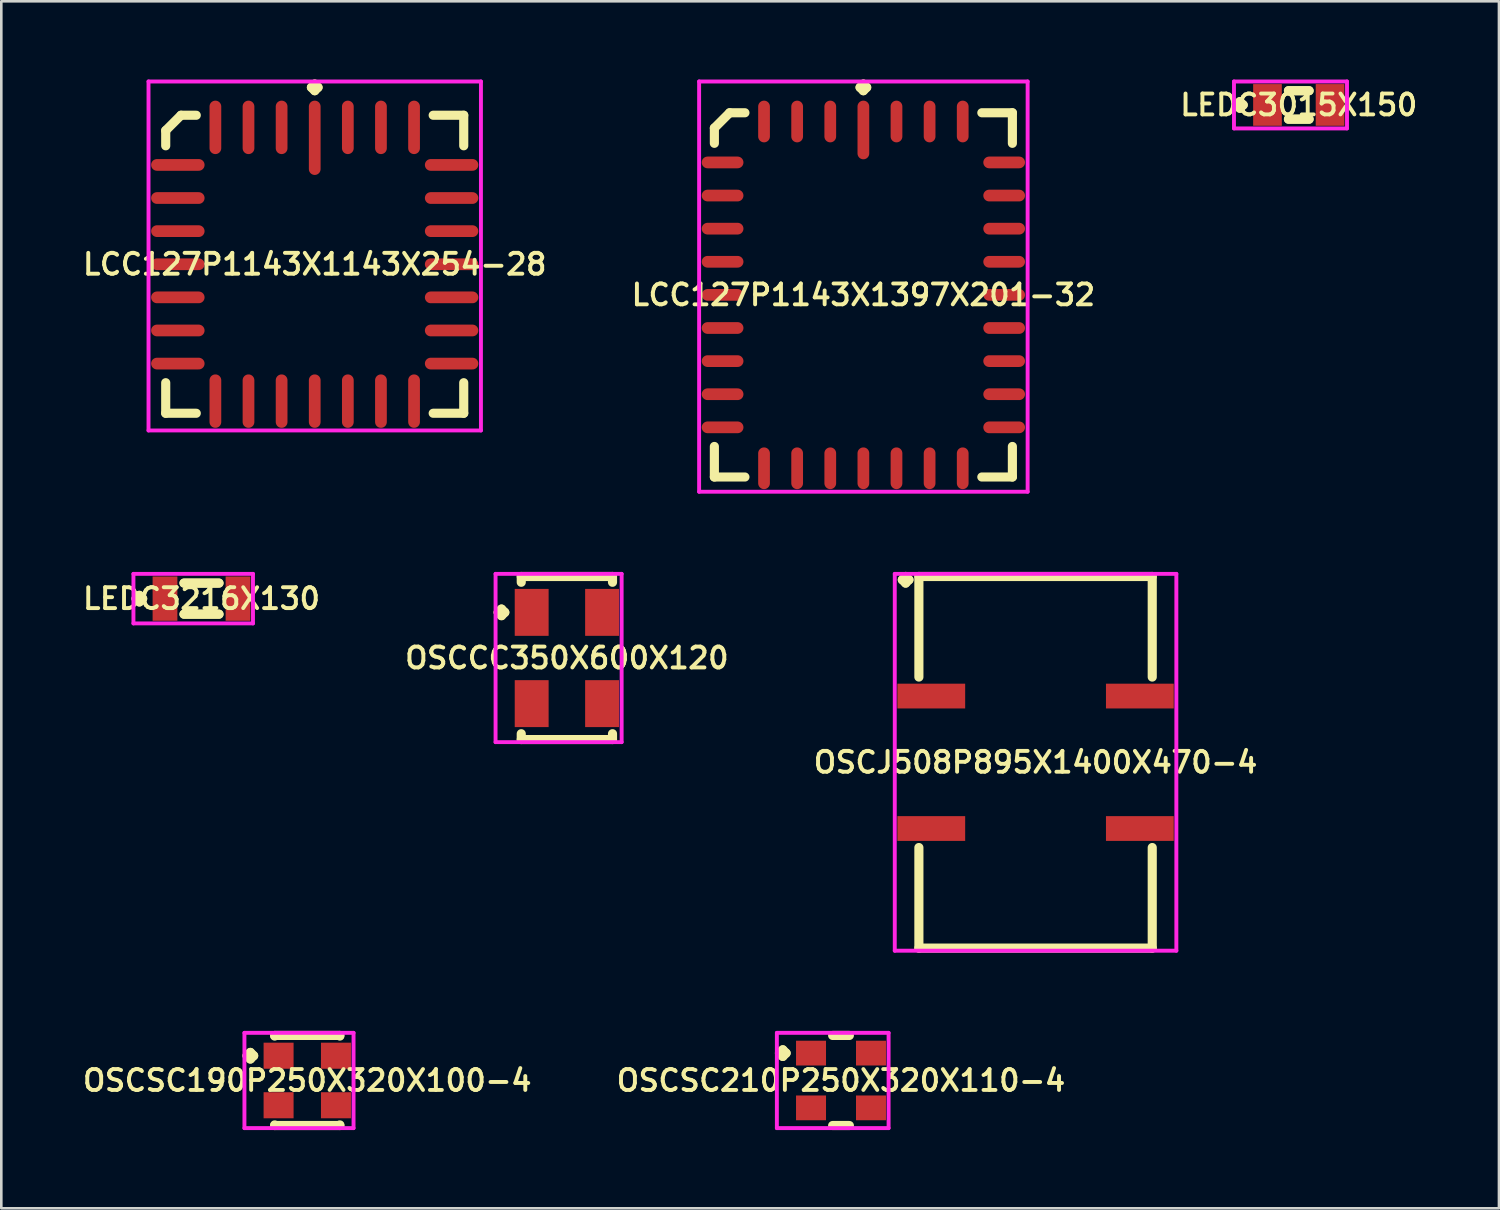
<source format=kicad_pcb>
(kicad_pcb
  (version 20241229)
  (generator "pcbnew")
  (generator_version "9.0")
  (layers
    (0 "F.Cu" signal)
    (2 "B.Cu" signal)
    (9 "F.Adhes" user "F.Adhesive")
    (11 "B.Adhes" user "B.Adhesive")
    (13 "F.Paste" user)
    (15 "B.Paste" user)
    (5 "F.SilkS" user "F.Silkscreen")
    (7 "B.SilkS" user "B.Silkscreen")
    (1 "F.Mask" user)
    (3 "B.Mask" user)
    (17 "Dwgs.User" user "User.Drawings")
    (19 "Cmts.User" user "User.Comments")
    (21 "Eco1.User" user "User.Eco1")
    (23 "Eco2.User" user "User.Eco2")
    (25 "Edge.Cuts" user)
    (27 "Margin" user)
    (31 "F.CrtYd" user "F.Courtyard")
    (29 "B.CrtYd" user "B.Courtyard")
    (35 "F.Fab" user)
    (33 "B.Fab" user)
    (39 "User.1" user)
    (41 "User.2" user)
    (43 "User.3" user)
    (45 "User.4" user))
  (footprint "OSCCC350X600X120"
    (layer "F.Cu")
    (at 18.692 22.187)
    (property "Reference" "OSCCC350X600X120" (at 0 0 0) (layer "F.SilkS") (effects (font (size 0.8 0.8) (thickness 0.15))))
    (attr smd)
    (fp_line (start -2.635 -1.75) (end -2.508 -1.877) (stroke (width 0.35) (type solid)) (layer "F.SilkS"))
    (fp_line (start -2.508 -1.877) (end -2.381 -1.75) (stroke (width 0.35) (type solid)) (layer "F.SilkS"))
    (fp_line (start -2.508 -1.623) (end -2.635 -1.75) (stroke (width 0.35) (type solid)) (layer "F.SilkS"))
    (fp_line (start -2.381 -1.75) (end -2.508 -1.623) (stroke (width 0.35) (type solid)) (layer "F.SilkS"))
    (fp_line (start -1.75 -3.127) (end 1.75 -3.127) (stroke (width 0.35) (type solid)) (layer "F.SilkS"))
    (fp_line (start -1.75 -2.904) (end -1.75 -3.127) (stroke (width 0.35) (type solid)) (layer "F.SilkS"))
    (fp_line (start -1.75 2.904) (end -1.75 3.127) (stroke (width 0.35) (type solid)) (layer "F.SilkS"))
    (fp_line (start -1.75 3.127) (end 1.75 3.127) (stroke (width 0.35) (type solid)) (layer "F.SilkS"))
    (fp_line (start 1.75 -3.127) (end 1.75 -2.904) (stroke (width 0.35) (type solid)) (layer "F.SilkS"))
    (fp_line (start 1.75 3.127) (end 1.75 2.904) (stroke (width 0.35) (type solid)) (layer "F.SilkS"))
    (fp_line (start -2.735 -3.227) (end 2.1 -3.227) (stroke (width 0.15) (type solid)) (layer "F.CrtYd"))
    (fp_line (start -2.735 3.227) (end -2.735 -3.227) (stroke (width 0.15) (type solid)) (layer "F.CrtYd"))
    (fp_line (start 2.1 -3.227) (end 2.1 3.227) (stroke (width 0.15) (type solid)) (layer "F.CrtYd"))
    (fp_line (start 2.1 3.227) (end -2.735 3.227) (stroke (width 0.15) (type solid)) (layer "F.CrtYd"))
    (pad "1" smd rect (at -1.35 -1.75) (size 1.3 1.8) (layers "F.Cu" "F.Mask" "F.Paste"))
    (pad "2" smd rect (at -1.35 1.75) (size 1.3 1.8) (layers "F.Cu" "F.Mask" "F.Paste"))
    (pad "3" smd rect (at 1.35 1.75) (size 1.3 1.8) (layers "F.Cu" "F.Mask" "F.Paste"))
    (pad "4" smd rect (at 1.35 -1.75) (size 1.3 1.8) (layers "F.Cu" "F.Mask" "F.Paste")))
  (footprint "LCC127P1143X1397X201-32"
    (layer "F.Cu")
    (at 30.064 8.26)
    (property "Reference" "LCC127P1143X1397X201-32" (at 0 0 0) (layer "F.SilkS") (effects (font (size 0.8 0.8) (thickness 0.15))))
    (attr through_hole)
    (fp_line (start -5.715 -6.399) (end -5.129 -6.985) (stroke (width 0.35) (type solid)) (layer "F.SilkS"))
    (fp_line (start -5.715 -5.813) (end -5.715 -6.399) (stroke (width 0.35) (type solid)) (layer "F.SilkS"))
    (fp_line (start -5.715 5.813) (end -5.715 6.985) (stroke (width 0.35) (type solid)) (layer "F.SilkS"))
    (fp_line (start -5.715 6.985) (end -4.543 6.985) (stroke (width 0.35) (type solid)) (layer "F.SilkS"))
    (fp_line (start -5.129 -6.985) (end -4.543 -6.985) (stroke (width 0.35) (type solid)) (layer "F.SilkS"))
    (fp_line (start -0.127 -7.958) (end 0 -8.085) (stroke (width 0.35) (type solid)) (layer "F.SilkS"))
    (fp_line (start 0 -8.085) (end 0.127 -7.958) (stroke (width 0.35) (type solid)) (layer "F.SilkS"))
    (fp_line (start 0 -7.831) (end -0.127 -7.958) (stroke (width 0.35) (type solid)) (layer "F.SilkS"))
    (fp_line (start 0.127 -7.958) (end 0 -7.831) (stroke (width 0.35) (type solid)) (layer "F.SilkS"))
    (fp_line (start 5.715 -6.985) (end 4.543 -6.985) (stroke (width 0.35) (type solid)) (layer "F.SilkS"))
    (fp_line (start 5.715 -5.813) (end 5.715 -6.985) (stroke (width 0.35) (type solid)) (layer "F.SilkS"))
    (fp_line (start 5.715 5.813) (end 5.715 6.985) (stroke (width 0.35) (type solid)) (layer "F.SilkS"))
    (fp_line (start 5.715 6.985) (end 4.543 6.985) (stroke (width 0.35) (type solid)) (layer "F.SilkS"))
    (fp_line (start -6.3 -8.185) (end 6.3 -8.185) (stroke (width 0.15) (type solid)) (layer "F.CrtYd"))
    (fp_line (start -6.3 7.55) (end -6.3 -8.185) (stroke (width 0.15) (type solid)) (layer "F.CrtYd"))
    (fp_line (start 6.3 -8.185) (end 6.3 7.55) (stroke (width 0.15) (type solid)) (layer "F.CrtYd"))
    (fp_line (start 6.3 7.55) (end -6.3 7.55) (stroke (width 0.15) (type solid)) (layer "F.CrtYd"))
    (pad "1" smd oval (at 0 -6.325) (size 0.45 2.25) (layers "F.Cu" "F.Mask" "F.Paste"))
    (pad "2" smd oval (at -1.27 -6.65) (size 0.45 1.6) (layers "F.Cu" "F.Mask" "F.Paste"))
    (pad "3" smd oval (at -2.54 -6.65) (size 0.45 1.6) (layers "F.Cu" "F.Mask" "F.Paste"))
    (pad "4" smd oval (at -3.81 -6.65) (size 0.45 1.6) (layers "F.Cu" "F.Mask" "F.Paste"))
    (pad "5" smd oval (at -5.4 -5.08) (size 1.6 0.45) (layers "F.Cu" "F.Mask" "F.Paste"))
    (pad "6" smd oval (at -5.4 -3.81) (size 1.6 0.45) (layers "F.Cu" "F.Mask" "F.Paste"))
    (pad "7" smd oval (at -5.4 -2.54) (size 1.6 0.45) (layers "F.Cu" "F.Mask" "F.Paste"))
    (pad "8" smd oval (at -5.4 -1.27) (size 1.6 0.45) (layers "F.Cu" "F.Mask" "F.Paste"))
    (pad "9" smd oval (at -5.4 0) (size 1.6 0.45) (layers "F.Cu" "F.Mask" "F.Paste"))
    (pad "10" smd oval (at -5.4 1.27) (size 1.6 0.45) (layers "F.Cu" "F.Mask" "F.Paste"))
    (pad "11" smd oval (at -5.4 2.54) (size 1.6 0.45) (layers "F.Cu" "F.Mask" "F.Paste"))
    (pad "12" smd oval (at -5.4 3.81) (size 1.6 0.45) (layers "F.Cu" "F.Mask" "F.Paste"))
    (pad "13" smd oval (at -5.4 5.08) (size 1.6 0.45) (layers "F.Cu" "F.Mask" "F.Paste"))
    (pad "14" smd oval (at -3.81 6.65) (size 0.45 1.6) (layers "F.Cu" "F.Mask" "F.Paste"))
    (pad "15" smd oval (at -2.54 6.65) (size 0.45 1.6) (layers "F.Cu" "F.Mask" "F.Paste"))
    (pad "16" smd oval (at -1.27 6.65) (size 0.45 1.6) (layers "F.Cu" "F.Mask" "F.Paste"))
    (pad "17" smd oval (at 0 6.65) (size 0.45 1.6) (layers "F.Cu" "F.Mask" "F.Paste"))
    (pad "18" smd oval (at 1.27 6.65) (size 0.45 1.6) (layers "F.Cu" "F.Mask" "F.Paste"))
    (pad "19" smd oval (at 2.54 6.65) (size 0.45 1.6) (layers "F.Cu" "F.Mask" "F.Paste"))
    (pad "20" smd oval (at 3.81 6.65) (size 0.45 1.6) (layers "F.Cu" "F.Mask" "F.Paste"))
    (pad "21" smd oval (at 5.4 5.08) (size 1.6 0.45) (layers "F.Cu" "F.Mask" "F.Paste"))
    (pad "22" smd oval (at 5.4 3.81) (size 1.6 0.45) (layers "F.Cu" "F.Mask" "F.Paste"))
    (pad "23" smd oval (at 5.4 2.54) (size 1.6 0.45) (layers "F.Cu" "F.Mask" "F.Paste"))
    (pad "24" smd oval (at 5.4 1.27) (size 1.6 0.45) (layers "F.Cu" "F.Mask" "F.Paste"))
    (pad "25" smd oval (at 5.4 0) (size 1.6 0.45) (layers "F.Cu" "F.Mask" "F.Paste"))
    (pad "26" smd oval (at 5.4 -1.27) (size 1.6 0.45) (layers "F.Cu" "F.Mask" "F.Paste"))
    (pad "27" smd oval (at 5.4 -2.54) (size 1.6 0.45) (layers "F.Cu" "F.Mask" "F.Paste"))
    (pad "28" smd oval (at 5.4 -3.81) (size 1.6 0.45) (layers "F.Cu" "F.Mask" "F.Paste"))
    (pad "29" smd oval (at 5.4 -5.08) (size 1.6 0.45) (layers "F.Cu" "F.Mask" "F.Paste"))
    (pad "30" smd oval (at 3.81 -6.65) (size 0.45 1.6) (layers "F.Cu" "F.Mask" "F.Paste"))
    (pad "31" smd oval (at 2.54 -6.65) (size 0.45 1.6) (layers "F.Cu" "F.Mask" "F.Paste"))
    (pad "32" smd oval (at 1.27 -6.65) (size 0.45 1.6) (layers "F.Cu" "F.Mask" "F.Paste")))
  (footprint "LEDC3216X130"
    (layer "F.Cu")
    (at 4.678 19.91)
    (property "Reference" "LEDC3216X130" (at 0 0 0) (layer "F.SilkS") (effects (font (size 0.8 0.8) (thickness 0.15))))
    (attr smd)
    (fp_line (start -2.51 0) (end -2.383 -0.127) (stroke (width 0.35) (type solid)) (layer "F.SilkS"))
    (fp_line (start -2.383 -0.127) (end -2.256 0) (stroke (width 0.35) (type solid)) (layer "F.SilkS"))
    (fp_line (start -2.383 0.127) (end -2.51 0) (stroke (width 0.35) (type solid)) (layer "F.SilkS"))
    (fp_line (start -2.256 0) (end -2.383 0.127) (stroke (width 0.35) (type solid)) (layer "F.SilkS"))
    (fp_line (start -0.671 -0.596) (end 0.671 -0.596) (stroke (width 0.35) (type solid)) (layer "F.SilkS"))
    (fp_line (start -0.671 0.596) (end 0.671 0.596) (stroke (width 0.35) (type solid)) (layer "F.SilkS"))
    (fp_line (start 0.671 -0.596) (end -0.671 -0.596) (stroke (width 0.35) (type solid)) (layer "F.SilkS"))
    (fp_line (start 0.671 0.596) (end -0.671 0.596) (stroke (width 0.35) (type solid)) (layer "F.SilkS"))
    (fp_line (start -2.61 -0.95) (end 1.975 -0.95) (stroke (width 0.15) (type solid)) (layer "F.CrtYd"))
    (fp_line (start -2.61 0.95) (end -2.61 -0.95) (stroke (width 0.15) (type solid)) (layer "F.CrtYd"))
    (fp_line (start 1.975 -0.95) (end 1.975 0.95) (stroke (width 0.15) (type solid)) (layer "F.CrtYd"))
    (fp_line (start 1.975 0.95) (end -2.61 0.95) (stroke (width 0.15) (type solid)) (layer "F.CrtYd"))
    (pad "1" smd rect (at -1.4 0) (size 0.95 1.7) (layers "F.Cu" "F.Mask" "F.Paste"))
    (pad "2" smd rect (at 1.4 0) (size 0.95 1.7) (layers "F.Cu" "F.Mask" "F.Paste")))
  (footprint "OSCSC210P250X320X110-4"
    (layer "F.Cu")
    (at 29.206 38.391)
    (property "Reference" "OSCSC210P250X320X110-4" (at 0 0 0) (layer "F.SilkS") (effects (font (size 0.8 0.8) (thickness 0.15))))
    (attr smd)
    (fp_line (start -2.36 -1.05) (end -2.233 -1.177) (stroke (width 0.35) (type solid)) (layer "F.SilkS"))
    (fp_line (start -2.233 -1.177) (end -2.106 -1.05) (stroke (width 0.35) (type solid)) (layer "F.SilkS"))
    (fp_line (start -2.233 -0.923) (end -2.36 -1.05) (stroke (width 0.35) (type solid)) (layer "F.SilkS"))
    (fp_line (start -2.106 -1.05) (end -2.233 -0.923) (stroke (width 0.35) (type solid)) (layer "F.SilkS"))
    (fp_line (start -0.321 -1.727) (end 0.321 -1.727) (stroke (width 0.35) (type solid)) (layer "F.SilkS"))
    (fp_line (start -0.321 1.727) (end 0.321 1.727) (stroke (width 0.35) (type solid)) (layer "F.SilkS"))
    (fp_line (start -2.46 -1.827) (end 1.825 -1.827) (stroke (width 0.15) (type solid)) (layer "F.CrtYd"))
    (fp_line (start -2.46 1.827) (end -2.46 -1.827) (stroke (width 0.15) (type solid)) (layer "F.CrtYd"))
    (fp_line (start 1.825 -1.827) (end 1.825 1.827) (stroke (width 0.15) (type solid)) (layer "F.CrtYd"))
    (fp_line (start 1.825 1.827) (end -2.46 1.827) (stroke (width 0.15) (type solid)) (layer "F.CrtYd"))
    (pad "1" smd rect (at -1.15 -1.05) (size 1.15 0.95) (layers "F.Cu" "F.Mask" "F.Paste"))
    (pad "2" smd rect (at -1.15 1.05) (size 1.15 0.95) (layers "F.Cu" "F.Mask" "F.Paste"))
    (pad "3" smd rect (at 1.15 1.05) (size 1.15 0.95) (layers "F.Cu" "F.Mask" "F.Paste"))
    (pad "4" smd rect (at 1.15 -1.05) (size 1.15 0.95) (layers "F.Cu" "F.Mask" "F.Paste")))
  (footprint "OSCJ508P895X1400X470-4"
    (layer "F.Cu")
    (at 36.668 26.187)
    (property "Reference" "OSCJ508P895X1400X470-4" (at 0 0 0) (layer "F.SilkS") (effects (font (size 0.8 0.8) (thickness 0.15))))
    (attr through_hole)
    (fp_line (start -5.11 -7) (end -4.983 -7.127) (stroke (width 0.35) (type solid)) (layer "F.SilkS"))
    (fp_line (start -4.983 -7.127) (end -4.856 -7) (stroke (width 0.35) (type solid)) (layer "F.SilkS"))
    (fp_line (start -4.983 -6.873) (end -5.11 -7) (stroke (width 0.35) (type solid)) (layer "F.SilkS"))
    (fp_line (start -4.856 -7) (end -4.983 -6.873) (stroke (width 0.35) (type solid)) (layer "F.SilkS"))
    (fp_line (start -4.475 -7.127) (end 4.475 -7.127) (stroke (width 0.35) (type solid)) (layer "F.SilkS"))
    (fp_line (start -4.475 -3.269) (end -4.475 -7.127) (stroke (width 0.35) (type solid)) (layer "F.SilkS"))
    (fp_line (start -4.475 3.269) (end -4.475 7.127) (stroke (width 0.35) (type solid)) (layer "F.SilkS"))
    (fp_line (start -4.475 7.127) (end 4.475 7.127) (stroke (width 0.35) (type solid)) (layer "F.SilkS"))
    (fp_line (start 4.475 -7.127) (end 4.475 -3.269) (stroke (width 0.35) (type solid)) (layer "F.SilkS"))
    (fp_line (start 4.475 7.127) (end 4.475 3.269) (stroke (width 0.35) (type solid)) (layer "F.SilkS"))
    (fp_line (start -5.4 -7.227) (end 5.4 -7.227) (stroke (width 0.15) (type solid)) (layer "F.CrtYd"))
    (fp_line (start -5.4 7.227) (end -5.4 -7.227) (stroke (width 0.15) (type solid)) (layer "F.CrtYd"))
    (fp_line (start 5.4 -7.227) (end 5.4 7.227) (stroke (width 0.15) (type solid)) (layer "F.CrtYd"))
    (fp_line (start 5.4 7.227) (end -5.4 7.227) (stroke (width 0.15) (type solid)) (layer "F.CrtYd"))
    (pad "1" smd rect (at -4 -2.54) (size 2.6 0.95) (layers "F.Cu" "F.Mask" "F.Paste"))
    (pad "2" smd rect (at -4 2.54) (size 2.6 0.95) (layers "F.Cu" "F.Mask" "F.Paste"))
    (pad "3" smd rect (at 4 2.54) (size 2.6 0.95) (layers "F.Cu" "F.Mask" "F.Paste"))
    (pad "4" smd rect (at 4 -2.54) (size 2.6 0.95) (layers "F.Cu" "F.Mask" "F.Paste")))
  (footprint "LCC127P1143X1143X254-28"
    (layer "F.Cu")
    (at 9.021 7.085)
    (property "Reference" "LCC127P1143X1143X254-28" (at 0 0 0) (layer "F.SilkS") (effects (font (size 0.8 0.8) (thickness 0.15))))
    (attr smd)
    (fp_line (start -5.715 -5.129) (end -5.129 -5.715) (stroke (width 0.35) (type solid)) (layer "F.SilkS"))
    (fp_line (start -5.715 -4.543) (end -5.715 -5.129) (stroke (width 0.35) (type solid)) (layer "F.SilkS"))
    (fp_line (start -5.715 4.543) (end -5.715 5.715) (stroke (width 0.35) (type solid)) (layer "F.SilkS"))
    (fp_line (start -5.715 5.715) (end -4.543 5.715) (stroke (width 0.35) (type solid)) (layer "F.SilkS"))
    (fp_line (start -5.129 -5.715) (end -4.543 -5.715) (stroke (width 0.35) (type solid)) (layer "F.SilkS"))
    (fp_line (start -0.127 -6.783) (end 0 -6.91) (stroke (width 0.35) (type solid)) (layer "F.SilkS"))
    (fp_line (start 0 -6.91) (end 0.127 -6.783) (stroke (width 0.35) (type solid)) (layer "F.SilkS"))
    (fp_line (start 0 -6.656) (end -0.127 -6.783) (stroke (width 0.35) (type solid)) (layer "F.SilkS"))
    (fp_line (start 0.127 -6.783) (end 0 -6.656) (stroke (width 0.35) (type solid)) (layer "F.SilkS"))
    (fp_line (start 5.715 -5.715) (end 4.543 -5.715) (stroke (width 0.35) (type solid)) (layer "F.SilkS"))
    (fp_line (start 5.715 -4.543) (end 5.715 -5.715) (stroke (width 0.35) (type solid)) (layer "F.SilkS"))
    (fp_line (start 5.715 4.543) (end 5.715 5.715) (stroke (width 0.35) (type solid)) (layer "F.SilkS"))
    (fp_line (start 5.715 5.715) (end 4.543 5.715) (stroke (width 0.35) (type solid)) (layer "F.SilkS"))
    (fp_line (start -6.375 -7.01) (end 6.375 -7.01) (stroke (width 0.15) (type solid)) (layer "F.CrtYd"))
    (fp_line (start -6.375 6.375) (end -6.375 -7.01) (stroke (width 0.15) (type solid)) (layer "F.CrtYd"))
    (fp_line (start 6.375 -7.01) (end 6.375 6.375) (stroke (width 0.15) (type solid)) (layer "F.CrtYd"))
    (fp_line (start 6.375 6.375) (end -6.375 6.375) (stroke (width 0.15) (type solid)) (layer "F.CrtYd"))
    (pad "1" smd oval (at 0 -4.85) (size 0.45 2.85) (layers "F.Cu" "F.Mask" "F.Paste"))
    (pad "2" smd oval (at -1.27 -5.25) (size 0.45 2.05) (layers "F.Cu" "F.Mask" "F.Paste"))
    (pad "3" smd oval (at -2.54 -5.25) (size 0.45 2.05) (layers "F.Cu" "F.Mask" "F.Paste"))
    (pad "4" smd oval (at -3.81 -5.25) (size 0.45 2.05) (layers "F.Cu" "F.Mask" "F.Paste"))
    (pad "5" smd oval (at -5.25 -3.81) (size 2.05 0.45) (layers "F.Cu" "F.Mask" "F.Paste"))
    (pad "6" smd oval (at -5.25 -2.54) (size 2.05 0.45) (layers "F.Cu" "F.Mask" "F.Paste"))
    (pad "7" smd oval (at -5.25 -1.27) (size 2.05 0.45) (layers "F.Cu" "F.Mask" "F.Paste"))
    (pad "8" smd oval (at -5.25 0) (size 2.05 0.45) (layers "F.Cu" "F.Mask" "F.Paste"))
    (pad "9" smd oval (at -5.25 1.27) (size 2.05 0.45) (layers "F.Cu" "F.Mask" "F.Paste"))
    (pad "10" smd oval (at -5.25 2.54) (size 2.05 0.45) (layers "F.Cu" "F.Mask" "F.Paste"))
    (pad "11" smd oval (at -5.25 3.81) (size 2.05 0.45) (layers "F.Cu" "F.Mask" "F.Paste"))
    (pad "12" smd oval (at -3.81 5.25) (size 0.45 2.05) (layers "F.Cu" "F.Mask" "F.Paste"))
    (pad "13" smd oval (at -2.54 5.25) (size 0.45 2.05) (layers "F.Cu" "F.Mask" "F.Paste"))
    (pad "14" smd oval (at -1.27 5.25) (size 0.45 2.05) (layers "F.Cu" "F.Mask" "F.Paste"))
    (pad "15" smd oval (at 0 5.25) (size 0.45 2.05) (layers "F.Cu" "F.Mask" "F.Paste"))
    (pad "16" smd oval (at 1.27 5.25) (size 0.45 2.05) (layers "F.Cu" "F.Mask" "F.Paste"))
    (pad "17" smd oval (at 2.54 5.25) (size 0.45 2.05) (layers "F.Cu" "F.Mask" "F.Paste"))
    (pad "18" smd oval (at 3.81 5.25) (size 0.45 2.05) (layers "F.Cu" "F.Mask" "F.Paste"))
    (pad "19" smd oval (at 5.25 3.81) (size 2.05 0.45) (layers "F.Cu" "F.Mask" "F.Paste"))
    (pad "20" smd oval (at 5.25 2.54) (size 2.05 0.45) (layers "F.Cu" "F.Mask" "F.Paste"))
    (pad "21" smd oval (at 5.25 1.27) (size 2.05 0.45) (layers "F.Cu" "F.Mask" "F.Paste"))
    (pad "22" smd oval (at 5.25 0) (size 2.05 0.45) (layers "F.Cu" "F.Mask" "F.Paste"))
    (pad "23" smd oval (at 5.25 -1.27) (size 2.05 0.45) (layers "F.Cu" "F.Mask" "F.Paste"))
    (pad "24" smd oval (at 5.25 -2.54) (size 2.05 0.45) (layers "F.Cu" "F.Mask" "F.Paste"))
    (pad "25" smd oval (at 5.25 -3.81) (size 2.05 0.45) (layers "F.Cu" "F.Mask" "F.Paste"))
    (pad "26" smd oval (at 3.81 -5.25) (size 0.45 2.05) (layers "F.Cu" "F.Mask" "F.Paste"))
    (pad "27" smd oval (at 2.54 -5.25) (size 0.45 2.05) (layers "F.Cu" "F.Mask" "F.Paste"))
    (pad "28" smd oval (at 1.27 -5.25) (size 0.45 2.05) (layers "F.Cu" "F.Mask" "F.Paste")))
  (footprint "LEDC3015X150"
    (layer "F.Cu")
    (at 46.763 0.975)
    (property "Reference" "LEDC3015X150" (at 0 0 0) (layer "F.SilkS") (effects (font (size 0.8 0.8) (thickness 0.15))))
    (attr smd)
    (fp_line (start -2.385 0) (end -2.258 -0.127) (stroke (width 0.35) (type solid)) (layer "F.SilkS"))
    (fp_line (start -2.258 -0.127) (end -2.131 0) (stroke (width 0.35) (type solid)) (layer "F.SilkS"))
    (fp_line (start -2.258 0.127) (end -2.385 0) (stroke (width 0.35) (type solid)) (layer "F.SilkS"))
    (fp_line (start -2.131 0) (end -2.258 0.127) (stroke (width 0.35) (type solid)) (layer "F.SilkS"))
    (fp_line (start -0.396 -0.546) (end 0.396 -0.546) (stroke (width 0.35) (type solid)) (layer "F.SilkS"))
    (fp_line (start -0.396 0.546) (end 0.396 0.546) (stroke (width 0.35) (type solid)) (layer "F.SilkS"))
    (fp_line (start 0.396 -0.546) (end -0.396 -0.546) (stroke (width 0.35) (type solid)) (layer "F.SilkS"))
    (fp_line (start 0.396 0.546) (end -0.396 0.546) (stroke (width 0.35) (type solid)) (layer "F.SilkS"))
    (fp_line (start -2.485 -0.9) (end 1.85 -0.9) (stroke (width 0.15) (type solid)) (layer "F.CrtYd"))
    (fp_line (start -2.485 0.9) (end -2.485 -0.9) (stroke (width 0.15) (type solid)) (layer "F.CrtYd"))
    (fp_line (start 1.85 -0.9) (end 1.85 0.9) (stroke (width 0.15) (type solid)) (layer "F.CrtYd"))
    (fp_line (start 1.85 0.9) (end -2.485 0.9) (stroke (width 0.15) (type solid)) (layer "F.CrtYd"))
    (pad "1" smd rect (at -1.2 0) (size 1.1 1.6) (layers "F.Cu" "F.Mask" "F.Paste"))
    (pad "2" smd rect (at 1.2 0) (size 1.1 1.6) (layers "F.Cu" "F.Mask" "F.Paste")))
  (footprint "OSCSC190P250X320X100-4"
    (layer "F.Cu")
    (at 8.735 38.391)
    (property "Reference" "OSCSC190P250X320X100-4" (at 0 0 0) (layer "F.SilkS") (effects (font (size 0.8 0.8) (thickness 0.15))))
    (attr smd)
    (fp_line (start -2.31 -0.95) (end -2.183 -1.077) (stroke (width 0.35) (type solid)) (layer "F.SilkS"))
    (fp_line (start -2.183 -1.077) (end -2.056 -0.95) (stroke (width 0.35) (type solid)) (layer "F.SilkS"))
    (fp_line (start -2.183 -0.823) (end -2.31 -0.95) (stroke (width 0.35) (type solid)) (layer "F.SilkS"))
    (fp_line (start -2.056 -0.95) (end -2.183 -0.823) (stroke (width 0.35) (type solid)) (layer "F.SilkS"))
    (fp_line (start -1.25 -1.727) (end 1.25 -1.727) (stroke (width 0.35) (type solid)) (layer "F.SilkS"))
    (fp_line (start -1.25 -1.704) (end -1.25 -1.727) (stroke (width 0.35) (type solid)) (layer "F.SilkS"))
    (fp_line (start -1.25 1.704) (end -1.25 1.727) (stroke (width 0.35) (type solid)) (layer "F.SilkS"))
    (fp_line (start -1.25 1.727) (end 1.25 1.727) (stroke (width 0.35) (type solid)) (layer "F.SilkS"))
    (fp_line (start 1.25 -1.727) (end 1.25 -1.704) (stroke (width 0.35) (type solid)) (layer "F.SilkS"))
    (fp_line (start 1.25 1.727) (end 1.25 1.704) (stroke (width 0.35) (type solid)) (layer "F.SilkS"))
    (fp_line (start -2.41 -1.827) (end 1.775 -1.827) (stroke (width 0.15) (type solid)) (layer "F.CrtYd"))
    (fp_line (start -2.41 1.827) (end -2.41 -1.827) (stroke (width 0.15) (type solid)) (layer "F.CrtYd"))
    (fp_line (start 1.775 -1.827) (end 1.775 1.827) (stroke (width 0.15) (type solid)) (layer "F.CrtYd"))
    (fp_line (start 1.775 1.827) (end -2.41 1.827) (stroke (width 0.15) (type solid)) (layer "F.CrtYd"))
    (pad "1" smd rect (at -1.1 -0.95) (size 1.15 1) (layers "F.Cu" "F.Mask" "F.Paste"))
    (pad "2" smd rect (at -1.1 0.95) (size 1.15 1) (layers "F.Cu" "F.Mask" "F.Paste"))
    (pad "3" smd rect (at 1.1 0.95) (size 1.15 1) (layers "F.Cu" "F.Mask" "F.Paste"))
    (pad "4" smd rect (at 1.1 -0.95) (size 1.15 1) (layers "F.Cu" "F.Mask" "F.Paste")))
  (gr_rect
    (start -3 -3)
    (end 54.441 43.293)
    (stroke (width 0.1) (type default))
    (fill no)
    (layer "Edge.Cuts")))
</source>
